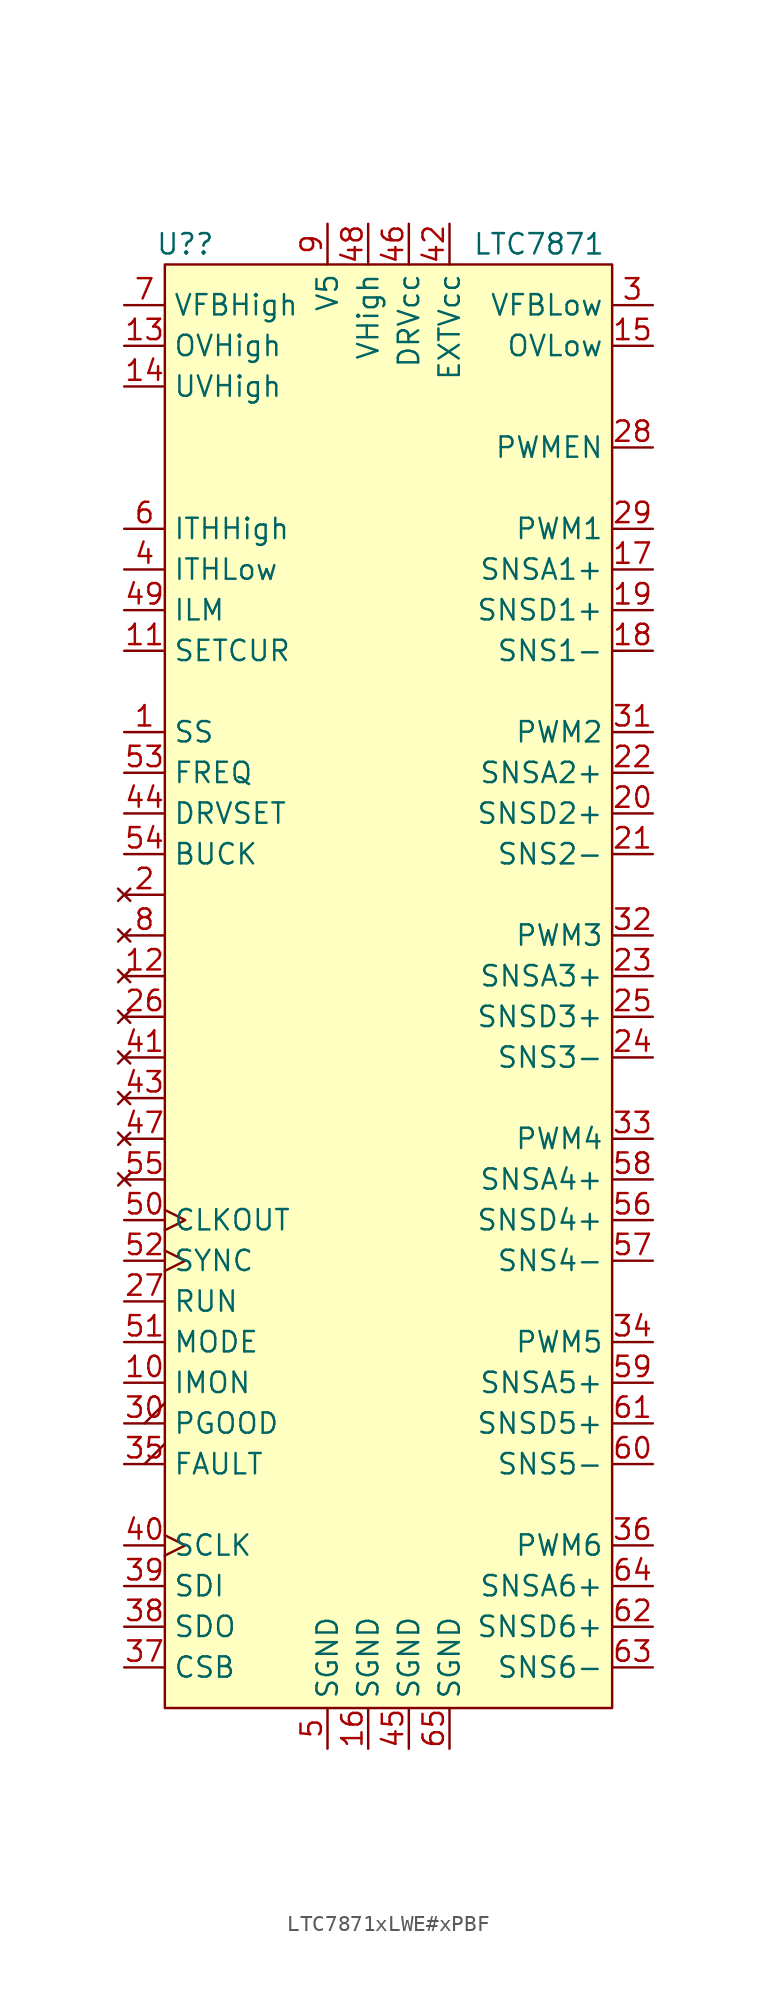
<source format=kicad_sym>
(kicad_symbol_lib
  (version 20231120)
  (generator "kicad_symbol_editor")
  (generator_version "8.0")
  (symbol "LTC7871xLWE#xPBF"
    (property "Reference" "U?"
      (at 1.27 1.27 0)
      (effects (font (size 1.27 1.27))))
    (property "Value" "LTC7871"
      (at 23.368 1.27 0)
      (effects (font (size 1.27 1.27))))
    (symbol "LTC7871xLWE#xPBF_1_1"
      (rectangle (start 0 0) (end 27.94 -90.17) (stroke (width 0) (type default)) (fill (type background)))
      (pin input line (at -2.54 -29.21 0) (length 2.54) (name "SS" (effects (font (size 1.27 1.27)))) (number "1" (effects (font (size 1.27 1.27)))))
      (pin output line (at -2.54 -69.85 0) (length 2.54) (name "IMON" (effects (font (size 1.27 1.27)))) (number "10" (effects (font (size 1.27 1.27)))))
      (pin input line (at -2.54 -24.13 0) (length 2.54) (name "SETCUR" (effects (font (size 1.27 1.27)))) (number "11" (effects (font (size 1.27 1.27)))))
      (pin no_connect line (at -2.54 -44.45 0) (length 2.54) (name "" (effects (font (size 1.27 1.27)))) (number "12" (effects (font (size 1.27 1.27)))))
      (pin input line (at -2.54 -5.08 0) (length 2.54) (name "OVHigh" (effects (font (size 1.27 1.27)))) (number "13" (effects (font (size 1.27 1.27)))))
      (pin input line (at -2.54 -7.62 0) (length 2.54) (name "UVHigh" (effects (font (size 1.27 1.27)))) (number "14" (effects (font (size 1.27 1.27)))))
      (pin input line (at 30.48 -5.08 180) (length 2.54) (name "OVLow" (effects (font (size 1.27 1.27)))) (number "15" (effects (font (size 1.27 1.27)))))
      (pin passive line (at 12.7 -92.71 90) (length 2.54) (name "SGND" (effects (font (size 1.27 1.27)))) (number "16" (effects (font (size 1.27 1.27)))))
      (pin input line (at 30.48 -19.05 180) (length 2.54) (name "SNSA1+" (effects (font (size 1.27 1.27)))) (number "17" (effects (font (size 1.27 1.27)))))
      (pin input line (at 30.48 -24.13 180) (length 2.54) (name "SNS1-" (effects (font (size 1.27 1.27)))) (number "18" (effects (font (size 1.27 1.27)))))
      (pin input line (at 30.48 -21.59 180) (length 2.54) (name "SNSD1+" (effects (font (size 1.27 1.27)))) (number "19" (effects (font (size 1.27 1.27)))))
      (pin no_connect line (at -2.54 -39.37 0) (length 2.54) (name "" (effects (font (size 1.27 1.27)))) (number "2" (effects (font (size 1.27 1.27)))))
      (pin input line (at 30.48 -34.29 180) (length 2.54) (name "SNSD2+" (effects (font (size 1.27 1.27)))) (number "20" (effects (font (size 1.27 1.27)))))
      (pin input line (at 30.48 -36.83 180) (length 2.54) (name "SNS2-" (effects (font (size 1.27 1.27)))) (number "21" (effects (font (size 1.27 1.27)))))
      (pin input line (at 30.48 -31.75 180) (length 2.54) (name "SNSA2+" (effects (font (size 1.27 1.27)))) (number "22" (effects (font (size 1.27 1.27)))))
      (pin input line (at 30.48 -44.45 180) (length 2.54) (name "SNSA3+" (effects (font (size 1.27 1.27)))) (number "23" (effects (font (size 1.27 1.27)))))
      (pin input line (at 30.48 -49.53 180) (length 2.54) (name "SNS3-" (effects (font (size 1.27 1.27)))) (number "24" (effects (font (size 1.27 1.27)))))
      (pin input line (at 30.48 -46.99 180) (length 2.54) (name "SNSD3+" (effects (font (size 1.27 1.27)))) (number "25" (effects (font (size 1.27 1.27)))))
      (pin no_connect line (at -2.54 -46.99 0) (length 2.54) (name "" (effects (font (size 1.27 1.27)))) (number "26" (effects (font (size 1.27 1.27)))))
      (pin input line (at -2.54 -64.77 0) (length 2.54) (name "RUN" (effects (font (size 1.27 1.27)))) (number "27" (effects (font (size 1.27 1.27)))))
      (pin open_collector line (at 30.48 -11.43 180) (length 2.54) (name "PWMEN" (effects (font (size 1.27 1.27)))) (number "28" (effects (font (size 1.27 1.27)))))
      (pin output line (at 30.48 -16.51 180) (length 2.54) (name "PWM1" (effects (font (size 1.27 1.27)))) (number "29" (effects (font (size 1.27 1.27)))))
      (pin input line (at 30.48 -2.54 180) (length 2.54) (name "VFBLow" (effects (font (size 1.27 1.27)))) (number "3" (effects (font (size 1.27 1.27)))))
      (pin open_collector output_low (at -2.54 -72.39 0) (length 2.54) (name "PGOOD" (effects (font (size 1.27 1.27)))) (number "30" (effects (font (size 1.27 1.27)))))
      (pin output line (at 30.48 -29.21 180) (length 2.54) (name "PWM2" (effects (font (size 1.27 1.27)))) (number "31" (effects (font (size 1.27 1.27)))))
      (pin output line (at 30.48 -41.91 180) (length 2.54) (name "PWM3" (effects (font (size 1.27 1.27)))) (number "32" (effects (font (size 1.27 1.27)))))
      (pin output line (at 30.48 -54.61 180) (length 2.54) (name "PWM4" (effects (font (size 1.27 1.27)))) (number "33" (effects (font (size 1.27 1.27)))))
      (pin output line (at 30.48 -67.31 180) (length 2.54) (name "PWM5" (effects (font (size 1.27 1.27)))) (number "34" (effects (font (size 1.27 1.27)))))
      (pin open_collector output_low (at -2.54 -74.93 0) (length 2.54) (name "FAULT" (effects (font (size 1.27 1.27)))) (number "35" (effects (font (size 1.27 1.27)))))
      (pin output line (at 30.48 -80.01 180) (length 2.54) (name "PWM6" (effects (font (size 1.27 1.27)))) (number "36" (effects (font (size 1.27 1.27)))))
      (pin input line (at -2.54 -87.63 0) (length 2.54) (name "CSB" (effects (font (size 1.27 1.27)))) (number "37" (effects (font (size 1.27 1.27)))))
      (pin output line (at -2.54 -85.09 0) (length 2.54) (name "SDO" (effects (font (size 1.27 1.27)))) (number "38" (effects (font (size 1.27 1.27)))))
      (pin input line (at -2.54 -82.55 0) (length 2.54) (name "SDI" (effects (font (size 1.27 1.27)))) (number "39" (effects (font (size 1.27 1.27)))))
      (pin input line (at -2.54 -19.05 0) (length 2.54) (name "ITHLow" (effects (font (size 1.27 1.27)))) (number "4" (effects (font (size 1.27 1.27)))))
      (pin input clock (at -2.54 -80.01 0) (length 2.54) (name "SCLK" (effects (font (size 1.27 1.27)))) (number "40" (effects (font (size 1.27 1.27)))))
      (pin no_connect line (at -2.54 -49.53 0) (length 2.54) (name "" (effects (font (size 1.27 1.27)))) (number "41" (effects (font (size 1.27 1.27)))))
      (pin input line (at 17.78 2.54 270) (length 2.54) (name "EXTVcc" (effects (font (size 1.27 1.27)))) (number "42" (effects (font (size 1.27 1.27)))))
      (pin no_connect line (at -2.54 -52.07 0) (length 2.54) (name "" (effects (font (size 1.27 1.27)))) (number "43" (effects (font (size 1.27 1.27)))))
      (pin input line (at -2.54 -34.29 0) (length 2.54) (name "DRVSET" (effects (font (size 1.27 1.27)))) (number "44" (effects (font (size 1.27 1.27)))))
      (pin passive line (at 15.24 -92.71 90) (length 2.54) (name "SGND" (effects (font (size 1.27 1.27)))) (number "45" (effects (font (size 1.27 1.27)))))
      (pin power_out line (at 15.24 2.54 270) (length 2.54) (name "DRVcc" (effects (font (size 1.27 1.27)))) (number "46" (effects (font (size 1.27 1.27)))))
      (pin no_connect line (at -2.54 -54.61 0) (length 2.54) (name "" (effects (font (size 1.27 1.27)))) (number "47" (effects (font (size 1.27 1.27)))))
      (pin power_in line (at 12.7 2.54 270) (length 2.54) (name "VHigh" (effects (font (size 1.27 1.27)))) (number "48" (effects (font (size 1.27 1.27)))))
      (pin input line (at -2.54 -21.59 0) (length 2.54) (name "ILM" (effects (font (size 1.27 1.27)))) (number "49" (effects (font (size 1.27 1.27)))))
      (pin passive line (at 10.16 -92.71 90) (length 2.54) (name "SGND" (effects (font (size 1.27 1.27)))) (number "5" (effects (font (size 1.27 1.27)))))
      (pin output clock (at -2.54 -59.69 0) (length 2.54) (name "CLKOUT" (effects (font (size 1.27 1.27)))) (number "50" (effects (font (size 1.27 1.27)))))
      (pin input line (at -2.54 -67.31 0) (length 2.54) (name "MODE" (effects (font (size 1.27 1.27)))) (number "51" (effects (font (size 1.27 1.27)))))
      (pin input clock (at -2.54 -62.23 0) (length 2.54) (name "SYNC" (effects (font (size 1.27 1.27)))) (number "52" (effects (font (size 1.27 1.27)))))
      (pin input line (at -2.54 -31.75 0) (length 2.54) (name "FREQ" (effects (font (size 1.27 1.27)))) (number "53" (effects (font (size 1.27 1.27)))))
      (pin input line (at -2.54 -36.83 0) (length 2.54) (name "BUCK" (effects (font (size 1.27 1.27)))) (number "54" (effects (font (size 1.27 1.27)))))
      (pin no_connect line (at -2.54 -57.15 0) (length 2.54) (name "" (effects (font (size 1.27 1.27)))) (number "55" (effects (font (size 1.27 1.27)))))
      (pin input line (at 30.48 -59.69 180) (length 2.54) (name "SNSD4+" (effects (font (size 1.27 1.27)))) (number "56" (effects (font (size 1.27 1.27)))))
      (pin input line (at 30.48 -62.23 180) (length 2.54) (name "SNS4-" (effects (font (size 1.27 1.27)))) (number "57" (effects (font (size 1.27 1.27)))))
      (pin input line (at 30.48 -57.15 180) (length 2.54) (name "SNSA4+" (effects (font (size 1.27 1.27)))) (number "58" (effects (font (size 1.27 1.27)))))
      (pin input line (at 30.48 -69.85 180) (length 2.54) (name "SNSA5+" (effects (font (size 1.27 1.27)))) (number "59" (effects (font (size 1.27 1.27)))))
      (pin input line (at -2.54 -16.51 0) (length 2.54) (name "ITHHigh" (effects (font (size 1.27 1.27)))) (number "6" (effects (font (size 1.27 1.27)))))
      (pin input line (at 30.48 -74.93 180) (length 2.54) (name "SNS5-" (effects (font (size 1.27 1.27)))) (number "60" (effects (font (size 1.27 1.27)))))
      (pin input line (at 30.48 -72.39 180) (length 2.54) (name "SNSD5+" (effects (font (size 1.27 1.27)))) (number "61" (effects (font (size 1.27 1.27)))))
      (pin input line (at 30.48 -85.09 180) (length 2.54) (name "SNSD6+" (effects (font (size 1.27 1.27)))) (number "62" (effects (font (size 1.27 1.27)))))
      (pin input line (at 30.48 -87.63 180) (length 2.54) (name "SNS6-" (effects (font (size 1.27 1.27)))) (number "63" (effects (font (size 1.27 1.27)))))
      (pin input line (at 30.48 -82.55 180) (length 2.54) (name "SNSA6+" (effects (font (size 1.27 1.27)))) (number "64" (effects (font (size 1.27 1.27)))))
      (pin passive line (at 17.78 -92.71 90) (length 2.54) (name "SGND" (effects (font (size 1.27 1.27)))) (number "65" (effects (font (size 1.27 1.27)))))
      (pin input line (at -2.54 -2.54 0) (length 2.54) (name "VFBHigh" (effects (font (size 1.27 1.27)))) (number "7" (effects (font (size 1.27 1.27)))))
      (pin no_connect line (at -2.54 -41.91 0) (length 2.54) (name "" (effects (font (size 1.27 1.27)))) (number "8" (effects (font (size 1.27 1.27)))))
      (pin power_out line (at 10.16 2.54 270) (length 2.54) (name "V5" (effects (font (size 1.27 1.27)))) (number "9" (effects (font (size 1.27 1.27))))))))
</source>
